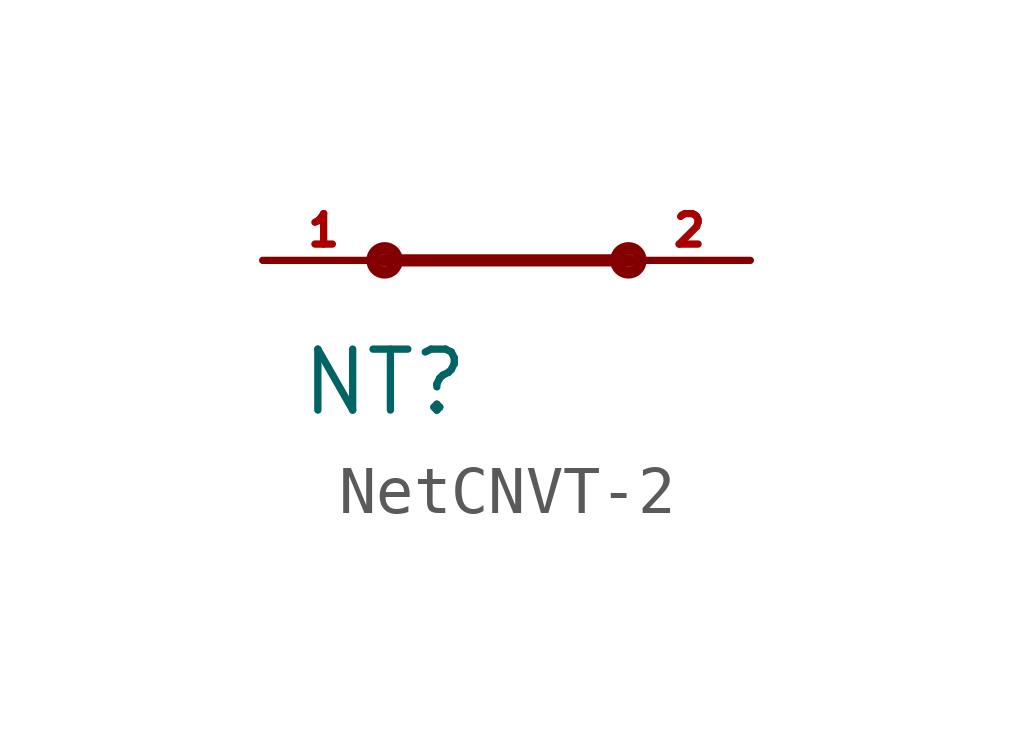
<source format=kicad_sym>
(kicad_symbol_lib
  (version 20211014)
  (generator kicad_symbol_editor)
  (symbol "NetCNVT-2"
    (property "Reference" "NT"
      (at -2.54 -2.54 0)
      (effects (font (size 1.27 1.27))))
    (symbol "NetCNVT-2_0_0"
      (polyline (pts (xy -2.54 0) (xy 2.54 0)) (stroke (width 0.254) (type default) (color 0 0 0 0)) (fill (type none))))
    (symbol "NetCNVT-2_0_1"
      (circle (center -2.54 0) (radius 0.127) (stroke (width 0.508) (type default) (color 0 0 0 0)) (fill (type outline)))
      (circle (center 2.54 0) (radius 0.127) (stroke (width 0.508) (type default) (color 0 0 0 0)) (fill (type outline))))
    (symbol "NetCNVT-2_1_1"
      (pin passive line (at -5.08 0 0) (length 2.54) (name "~" (effects (font (size 0.635 0.635)))) (number "1" (effects (font (size 0.635 0.635)))))
      (pin passive line (at 5.08 0 180) (length 2.54) (name "~" (effects (font (size 0.635 0.635)))) (number "2" (effects (font (size 0.635 0.635))))))))
</source>
